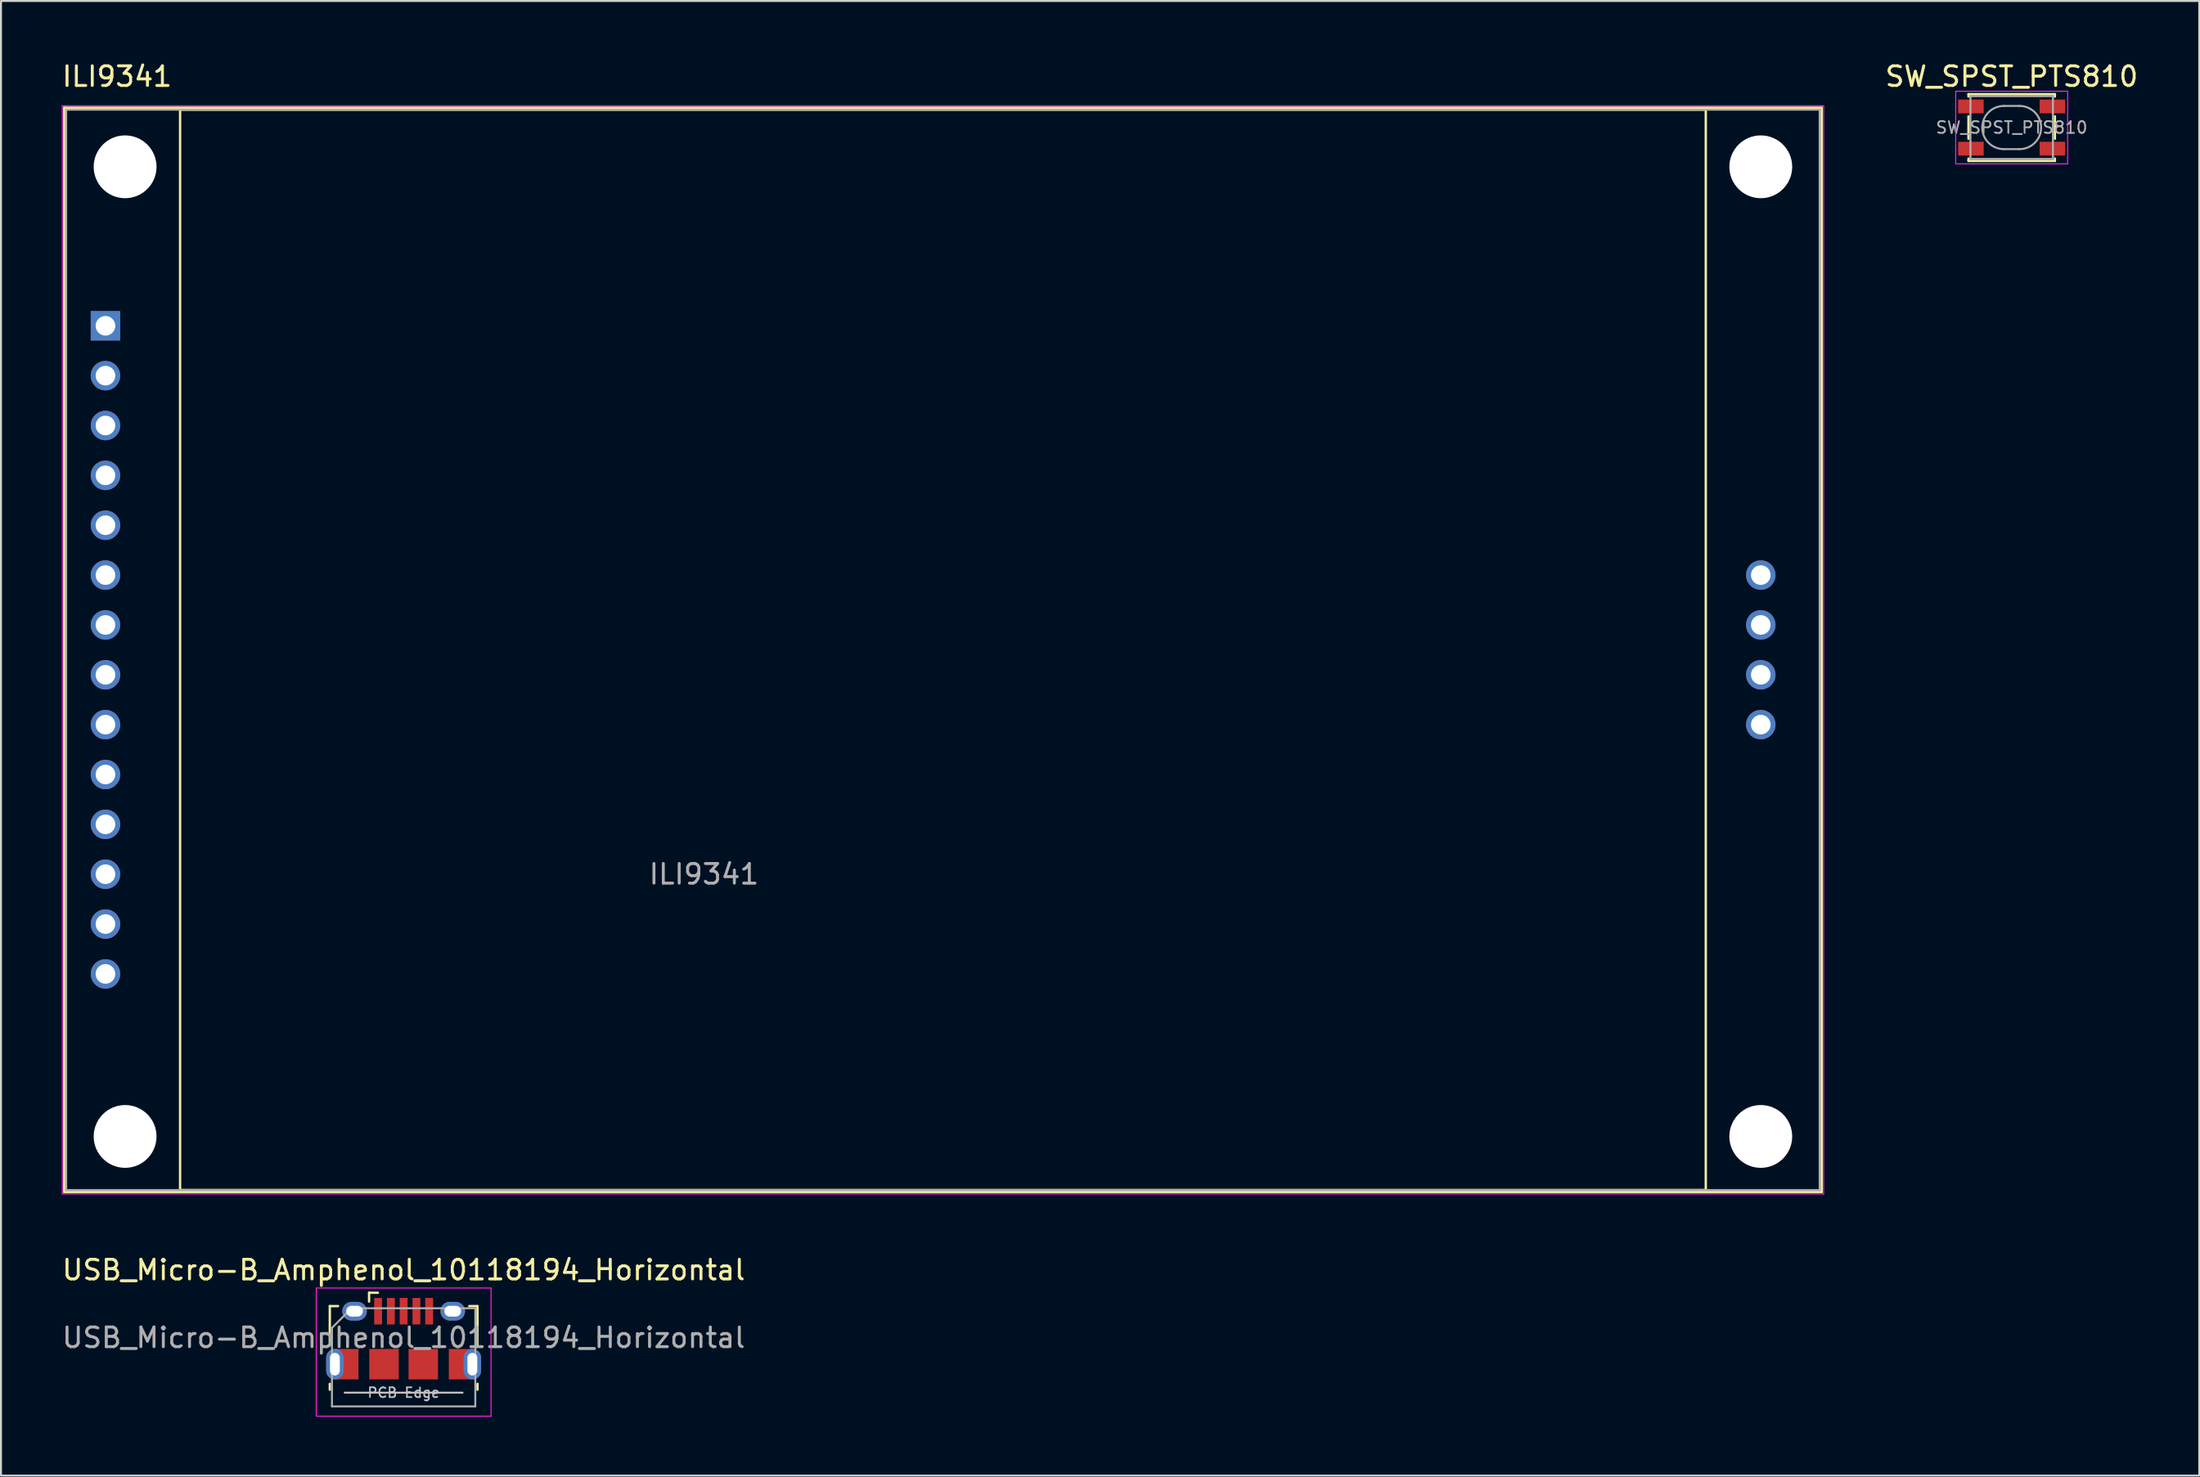
<source format=kicad_pcb>
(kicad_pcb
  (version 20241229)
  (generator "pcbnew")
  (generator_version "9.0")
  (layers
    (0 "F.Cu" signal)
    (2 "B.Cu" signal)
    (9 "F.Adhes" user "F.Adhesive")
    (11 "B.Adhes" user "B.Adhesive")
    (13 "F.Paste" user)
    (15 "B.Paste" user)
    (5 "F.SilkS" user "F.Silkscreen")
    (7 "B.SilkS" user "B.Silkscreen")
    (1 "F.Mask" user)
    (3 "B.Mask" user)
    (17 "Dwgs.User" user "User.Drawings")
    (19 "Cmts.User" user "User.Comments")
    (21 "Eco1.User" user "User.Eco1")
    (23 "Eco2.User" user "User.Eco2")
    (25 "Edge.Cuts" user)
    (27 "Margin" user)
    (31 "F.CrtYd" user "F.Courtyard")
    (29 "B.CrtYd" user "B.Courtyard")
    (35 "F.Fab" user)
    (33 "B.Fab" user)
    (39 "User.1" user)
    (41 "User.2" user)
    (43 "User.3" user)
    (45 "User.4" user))
  (footprint "SW_SPST_PTS810"
    (layer "F.Cu")
    (at 99.399 3.448)
    (property "Reference" "SW_SPST_PTS810" (at 0 -2.6 0) (layer "F.SilkS") (effects (font (size 1 1) (thickness 0.15))))
    (attr smd)
    (fp_line (start -2.2 -1.7) (end -2.2 -1.58) (stroke (width 0.12) (type solid)) (layer "F.SilkS"))
    (fp_line (start -2.2 -0.57) (end -2.2 0.57) (stroke (width 0.12) (type solid)) (layer "F.SilkS"))
    (fp_line (start -2.2 1.58) (end -2.2 1.7) (stroke (width 0.12) (type solid)) (layer "F.SilkS"))
    (fp_line (start -2.2 1.7) (end 2.2 1.7) (stroke (width 0.12) (type solid)) (layer "F.SilkS"))
    (fp_line (start 2.2 -1.7) (end -2.2 -1.7) (stroke (width 0.12) (type solid)) (layer "F.SilkS"))
    (fp_line (start 2.2 -1.58) (end 2.2 -1.7) (stroke (width 0.12) (type solid)) (layer "F.SilkS"))
    (fp_line (start 2.2 0.57) (end 2.2 -0.57) (stroke (width 0.12) (type solid)) (layer "F.SilkS"))
    (fp_line (start 2.2 1.7) (end 2.2 1.58) (stroke (width 0.12) (type solid)) (layer "F.SilkS"))
    (fp_line (start -2.85 -1.85) (end 2.85 -1.85) (stroke (width 0.05) (type solid)) (layer "F.CrtYd"))
    (fp_line (start -2.85 1.85) (end -2.85 -1.85) (stroke (width 0.05) (type solid)) (layer "F.CrtYd"))
    (fp_line (start 2.85 -1.85) (end 2.85 1.85) (stroke (width 0.05) (type solid)) (layer "F.CrtYd"))
    (fp_line (start 2.85 1.85) (end -2.85 1.85) (stroke (width 0.05) (type solid)) (layer "F.CrtYd"))
    (fp_line (start -2.1 -1.6) (end -2.1 1.6) (stroke (width 0.1) (type solid)) (layer "F.Fab"))
    (fp_line (start -2.1 1.6) (end 2.1 1.6) (stroke (width 0.1) (type solid)) (layer "F.Fab"))
    (fp_line (start -0.4 -1.1) (end 0.4 -1.1) (stroke (width 0.1) (type solid)) (layer "F.Fab"))
    (fp_line (start 0.4 1.1) (end -0.4 1.1) (stroke (width 0.1) (type solid)) (layer "F.Fab"))
    (fp_line (start 2.1 -1.6) (end -2.1 -1.6) (stroke (width 0.1) (type solid)) (layer "F.Fab"))
    (fp_line (start 2.1 1.6) (end 2.1 -1.6) (stroke (width 0.1) (type solid)) (layer "F.Fab"))
    (fp_arc (start -0.4 1.1) (mid -1.5 0) (end -0.4 -1.1) (stroke (width 0.1) (type solid)) (layer "F.Fab"))
    (fp_arc (start 0.4 -1.1) (mid 1.5 0) (end 0.4 1.1) (stroke (width 0.1) (type solid)) (layer "F.Fab"))
    (fp_text user "${REFERENCE}" (at 0 0 0) (layer "F.Fab") (effects (font (size 0.6 0.6) (thickness 0.09))))
    (pad "1" smd rect (at -2.075 -1.075) (size 1.3 0.7) (layers "F.Cu" "F.Mask" "F.Paste"))
    (pad "1" smd rect (at 2.075 -1.075) (size 1.3 0.7) (layers "F.Cu" "F.Mask" "F.Paste"))
    (pad "2" smd rect (at -2.075 1.075) (size 1.3 0.7) (layers "F.Cu" "F.Mask" "F.Paste"))
    (pad "2" smd rect (at 2.075 1.075) (size 1.3 0.7) (layers "F.Cu" "F.Mask" "F.Paste")))
  (footprint "USB_Micro-B_Amphenol_10118194_Horizontal"
    (layer "F.Cu")
    (at 17.506 65.151)
    (property "Reference" "USB_Micro-B_Amphenol_10118194_Horizontal" (at 0 -3.5 0) (layer "F.SilkS") (effects (font (size 1 1) (thickness 0.15))))
    (attr smd)
    (fp_line (start -3.76 -1.66) (end -3.34 -1.66) (stroke (width 0.12) (type solid)) (layer "F.SilkS"))
    (fp_line (start -3.76 0.32) (end -3.76 -1.66) (stroke (width 0.12) (type solid)) (layer "F.SilkS"))
    (fp_line (start -3.76 2.6) (end -3.76 2.3) (stroke (width 0.12) (type solid)) (layer "F.SilkS"))
    (fp_line (start -1.76 -1.89) (end -1.76 -2.34) (stroke (width 0.12) (type solid)) (layer "F.SilkS"))
    (fp_line (start -1.31 -2.34) (end -1.76 -2.34) (stroke (width 0.12) (type solid)) (layer "F.SilkS"))
    (fp_line (start 3.76 -1.66) (end 3.34 -1.66) (stroke (width 0.12) (type solid)) (layer "F.SilkS"))
    (fp_line (start 3.76 0.32) (end 3.76 -1.66) (stroke (width 0.12) (type solid)) (layer "F.SilkS"))
    (fp_line (start 3.76 2.3) (end 3.76 2.6) (stroke (width 0.12) (type solid)) (layer "F.SilkS"))
    (fp_line (start 3 2.75) (end -3 2.75) (stroke (width 0.1) (type solid)) (layer "Dwgs.User"))
    (fp_line (start -4.45 -2.58) (end -4.45 3.95) (stroke (width 0.05) (type solid)) (layer "F.CrtYd"))
    (fp_line (start -4.45 -2.58) (end 4.45 -2.58) (stroke (width 0.05) (type solid)) (layer "F.CrtYd"))
    (fp_line (start -4.45 3.95) (end 4.45 3.95) (stroke (width 0.05) (type solid)) (layer "F.CrtYd"))
    (fp_line (start 4.45 -2.58) (end 4.45 3.95) (stroke (width 0.05) (type solid)) (layer "F.CrtYd"))
    (fp_line (start -3.65 -0.55) (end -2.65 -1.55) (stroke (width 0.1) (type solid)) (layer "F.Fab"))
    (fp_line (start -3.65 3.45) (end -3.65 -0.55) (stroke (width 0.1) (type solid)) (layer "F.Fab"))
    (fp_line (start -2.65 -1.55) (end 3.65 -1.55) (stroke (width 0.1) (type solid)) (layer "F.Fab"))
    (fp_line (start 3.65 -1.55) (end 3.65 3.45) (stroke (width 0.1) (type solid)) (layer "F.Fab"))
    (fp_line (start 3.65 3.45) (end -3.65 3.45) (stroke (width 0.1) (type solid)) (layer "F.Fab"))
    (fp_text user "PCB Edge" (at 0 2.75 0) (layer "Dwgs.User") (effects (font (size 0.5 0.5) (thickness 0.08))))
    (fp_text user "${REFERENCE}" (at 0 -0.05 0) (layer "F.Fab") (effects (font (size 1 1) (thickness 0.15))))
    (pad "" smd oval (at -3.5 1.3) (size 0.89 1.55) (layers "F.Paste"))
    (pad "" smd oval (at -2.5 -1.4) (size 1.25 0.95) (layers "F.Paste"))
    (pad "" smd oval (at 2.5 -1.4) (size 1.25 0.95) (layers "F.Paste"))
    (pad "" smd oval (at 3.5 1.3) (size 0.89 1.55) (layers "F.Paste"))
    (pad "1" smd rect (at -1.3 -1.4) (size 0.4 1.35) (layers "F.Cu" "F.Mask" "F.Paste"))
    (pad "2" smd rect (at -0.65 -1.4) (size 0.4 1.35) (layers "F.Cu" "F.Mask" "F.Paste"))
    (pad "3" smd rect (at 0 -1.4) (size 0.4 1.35) (layers "F.Cu" "F.Mask" "F.Paste"))
    (pad "4" smd rect (at 0.65 -1.4) (size 0.4 1.35) (layers "F.Cu" "F.Mask" "F.Paste"))
    (pad "5" smd rect (at 1.3 -1.4) (size 0.4 1.35) (layers "F.Cu" "F.Mask" "F.Paste"))
    (pad "6" thru_hole oval (at -3.5 1.3) (size 0.89 1.55) (drill oval 0.5 1.15) (layers "*.Cu" "*.Mask"))
    (pad "6" smd rect (at -2.9 1.3) (size 1.2 1.55) (layers "F.Cu" "F.Mask" "F.Paste"))
    (pad "6" thru_hole oval (at -2.5 -1.4) (size 1.25 0.95) (drill oval 0.85 0.55) (layers "*.Cu" "*.Mask"))
    (pad "6" smd rect (at -1 1.3) (size 1.5 1.55) (layers "F.Cu" "F.Mask" "F.Paste"))
    (pad "6" smd rect (at 1 1.3) (size 1.5 1.55) (layers "F.Cu" "F.Mask" "F.Paste"))
    (pad "6" thru_hole oval (at 2.5 -1.4) (size 1.25 0.95) (drill oval 0.85 0.55) (layers "*.Cu" "*.Mask"))
    (pad "6" smd rect (at 2.9 1.3) (size 1.2 1.55) (layers "F.Cu" "F.Mask" "F.Paste"))
    (pad "6" thru_hole oval (at 3.5 1.3) (size 0.89 1.55) (drill oval 0.5 1.15) (layers "*.Cu" "*.Mask")))
  (footprint "ILI9341"
    (layer "F.Cu")
    (at 2.321 13.548)
    (property "Reference" "ILI9341" (at 0.59 -12.7 0) (layer "F.SilkS") (effects (font (size 1 1) (thickness 0.15))))
    (attr through_hole)
    (fp_line (start -2.1 -11.11) (end 87.4 -11.11) (stroke (width 0.12) (type solid)) (layer "F.SilkS"))
    (fp_line (start -2.1 44.13) (end -2.1 -11.11) (stroke (width 0.12) (type solid)) (layer "F.SilkS"))
    (fp_line (start 3.8 -11.01) (end 81.5 -11.01) (stroke (width 0.12) (type solid)) (layer "F.SilkS"))
    (fp_line (start 3.8 44.03) (end 3.8 -11.01) (stroke (width 0.12) (type solid)) (layer "F.SilkS"))
    (fp_line (start 81.5 -11.01) (end 81.5 44.03) (stroke (width 0.12) (type solid)) (layer "F.SilkS"))
    (fp_line (start 81.5 44.03) (end 3.8 44.03) (stroke (width 0.12) (type solid)) (layer "F.SilkS"))
    (fp_line (start 87.4 -11.11) (end 87.4 44.13) (stroke (width 0.12) (type solid)) (layer "F.SilkS"))
    (fp_line (start 87.4 44.13) (end -2.1 44.13) (stroke (width 0.12) (type solid)) (layer "F.SilkS"))
    (fp_line (start -2.2 -11.21) (end 87.5 -11.21) (stroke (width 0.05) (type solid)) (layer "F.CrtYd"))
    (fp_line (start -2.2 44.23) (end -2.2 -11.21) (stroke (width 0.05) (type solid)) (layer "F.CrtYd"))
    (fp_line (start 87.5 -11.21) (end 87.5 44.23) (stroke (width 0.05) (type solid)) (layer "F.CrtYd"))
    (fp_line (start 87.5 44.23) (end -2.2 44.23) (stroke (width 0.05) (type solid)) (layer "F.CrtYd"))
    (fp_line (start -2 -11.01) (end 87.3 -11.01) (stroke (width 0.1) (type solid)) (layer "F.Fab"))
    (fp_line (start -2 44.03) (end -2 -11.01) (stroke (width 0.1) (type solid)) (layer "F.Fab"))
    (fp_line (start 87.3 -11.01) (end 87.3 44.03) (stroke (width 0.1) (type solid)) (layer "F.Fab"))
    (fp_line (start 87.3 44.03) (end -2 44.03) (stroke (width 0.1) (type solid)) (layer "F.Fab"))
    (fp_text user "${REFERENCE}" (at 30.48 27.94 0) (layer "F.Fab") (effects (font (size 1 1) (thickness 0.15))))
    (pad "" np_thru_hole circle (at 1 -8.1) (size 3.2 3.2) (drill 3.2) (layers "*.Cu" "*.Mask"))
    (pad "" np_thru_hole circle (at 1 41.3) (size 3.2 3.2) (drill 3.2) (layers "*.Cu" "*.Mask"))
    (pad "" np_thru_hole circle (at 84.3 -8.1) (size 3.2 3.2) (drill 3.2) (layers "*.Cu" "*.Mask"))
    (pad "" np_thru_hole circle (at 84.3 41.3) (size 3.2 3.2) (drill 3.2) (layers "*.Cu" "*.Mask"))
    (pad "1" thru_hole rect (at 0 0) (size 1.5 1.5) (drill 1) (layers "*.Cu" "*.Mask"))
    (pad "2" thru_hole circle (at 0 2.54) (size 1.5 1.5) (drill 1) (layers "*.Cu" "*.Mask"))
    (pad "3" thru_hole circle (at 0 5.08) (size 1.5 1.5) (drill 1) (layers "*.Cu" "*.Mask"))
    (pad "4" thru_hole circle (at 0 7.62) (size 1.5 1.5) (drill 1) (layers "*.Cu" "*.Mask"))
    (pad "5" thru_hole circle (at 0 10.16) (size 1.5 1.5) (drill 1) (layers "*.Cu" "*.Mask"))
    (pad "6" thru_hole circle (at 0 12.7) (size 1.5 1.5) (drill 1) (layers "*.Cu" "*.Mask"))
    (pad "7" thru_hole circle (at 0 15.24) (size 1.5 1.5) (drill 1) (layers "*.Cu" "*.Mask"))
    (pad "8" thru_hole circle (at 0 17.78) (size 1.5 1.5) (drill 1) (layers "*.Cu" "*.Mask"))
    (pad "9" thru_hole circle (at 0 20.32) (size 1.5 1.5) (drill 1) (layers "*.Cu" "*.Mask"))
    (pad "10" thru_hole circle (at 0 22.86) (size 1.5 1.5) (drill 1) (layers "*.Cu" "*.Mask"))
    (pad "11" thru_hole circle (at 0 25.4) (size 1.5 1.5) (drill 1) (layers "*.Cu" "*.Mask"))
    (pad "12" thru_hole circle (at 0 27.94) (size 1.5 1.5) (drill 1) (layers "*.Cu" "*.Mask"))
    (pad "13" thru_hole circle (at 0 30.48) (size 1.5 1.5) (drill 1) (layers "*.Cu" "*.Mask"))
    (pad "14" thru_hole circle (at 0 33.02) (size 1.5 1.5) (drill 1) (layers "*.Cu" "*.Mask"))
    (pad "15" thru_hole circle (at 84.3 12.7) (size 1.5 1.5) (drill 1) (layers "*.Cu" "*.Mask"))
    (pad "16" thru_hole circle (at 84.3 15.24) (size 1.5 1.5) (drill 1) (layers "*.Cu" "*.Mask"))
    (pad "17" thru_hole circle (at 84.3 17.78) (size 1.5 1.5) (drill 1) (layers "*.Cu" "*.Mask"))
    (pad "18" thru_hole circle (at 84.3 20.32) (size 1.5 1.5) (drill 1) (layers "*.Cu" "*.Mask")))
  (gr_rect
    (start -3 -3)
    (end 108.953 72.126)
    (stroke (width 0.1) (type default))
    (fill no)
    (layer "Edge.Cuts")))
</source>
